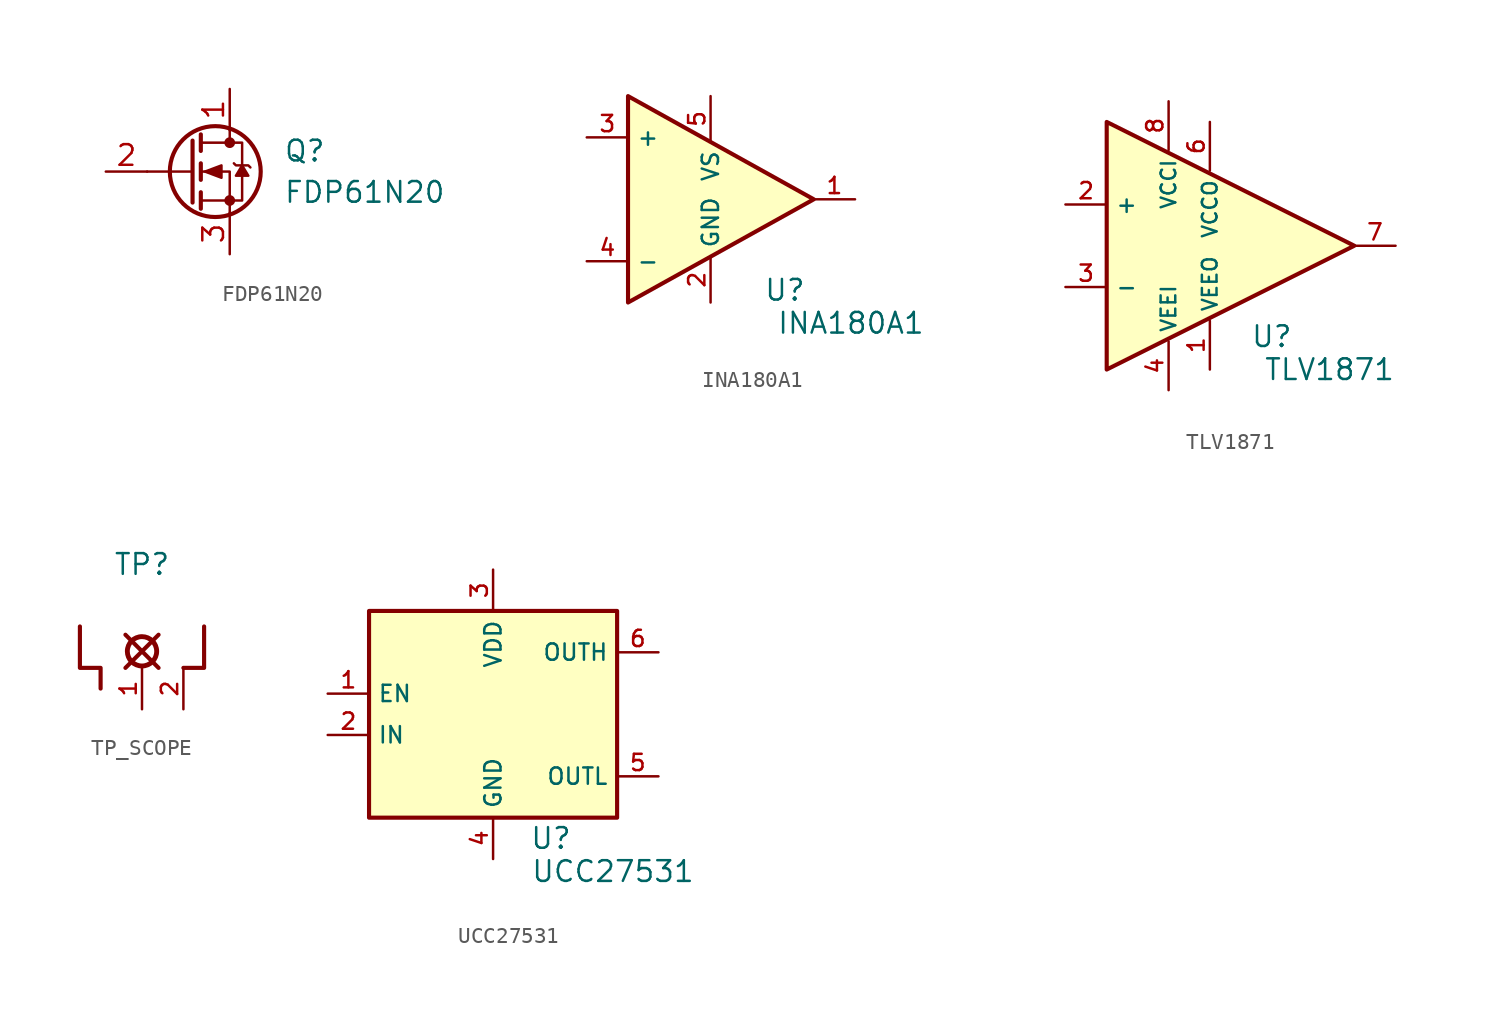
<source format=kicad_sym>
(kicad_symbol_lib
  (version 20231120)
  (generator "kicad_symbol_editor")
  (generator_version "8.0")
  (symbol "FDP61N20"
    (pin_names hide)
    (property "Reference" "Q"
      (at 5.842 1.27 0)
      (effects (font (size 1.27 1.27)) (justify left)))
    (property "Value" "FDP61N20"
      (at 5.842 -1.27 0)
      (effects (font (size 1.27 1.27)) (justify left)))
    (symbol "FDP61N20_0_1"
      (polyline (pts (xy 0.254 0) (xy -2.54 0)) (stroke (width 0) (type default)) (fill (type none)))
      (polyline (pts (xy 0.254 1.905) (xy 0.254 -1.905)) (stroke (width 0.254) (type default)) (fill (type none)))
      (polyline (pts (xy 0.762 -1.27) (xy 0.762 -2.286)) (stroke (width 0.254) (type default)) (fill (type none)))
      (polyline (pts (xy 0.762 0.508) (xy 0.762 -0.508)) (stroke (width 0.254) (type default)) (fill (type none)))
      (polyline (pts (xy 0.762 2.286) (xy 0.762 1.27)) (stroke (width 0.254) (type default)) (fill (type none)))
      (polyline (pts (xy 2.54 2.54) (xy 2.54 1.778)) (stroke (width 0) (type default)) (fill (type none)))
      (polyline (pts (xy 2.54 -2.54) (xy 2.54 0) (xy 0.762 0)) (stroke (width 0) (type default)) (fill (type none)))
      (polyline (pts (xy 0.762 -1.778) (xy 3.302 -1.778) (xy 3.302 1.778) (xy 0.762 1.778)) (stroke (width 0) (type default)) (fill (type none)))
      (polyline (pts (xy 1.016 0) (xy 2.032 0.381) (xy 2.032 -0.381) (xy 1.016 0)) (stroke (width 0) (type default)) (fill (type outline)))
      (polyline (pts (xy 2.794 0.508) (xy 2.921 0.381) (xy 3.683 0.381) (xy 3.81 0.254)) (stroke (width 0) (type default)) (fill (type none)))
      (circle (center 1.651 0) (radius 2.794) (stroke (width 0.254) (type default)) (fill (type none)))
      (circle (center 2.54 -1.778) (radius 0.254) (stroke (width 0) (type default)) (fill (type outline)))
      (circle (center 2.54 1.778) (radius 0.254) (stroke (width 0) (type default)) (fill (type outline))))
    (symbol "FDP61N20_1_1"
      (polyline (pts (xy 3.302 0.381) (xy 2.921 -0.254) (xy 3.683 -0.254) (xy 3.302 0.381)) (stroke (width 0) (type default)) (fill (type outline)))
      (pin passive line (at 2.54 5.08 270) (length 2.54) (name "D" (effects (font (size 1.27 1.27)))) (number "1" (effects (font (size 1.27 1.27)))))
      (pin input line (at -5.08 0 0) (length 2.54) (name "G" (effects (font (size 1.27 1.27)))) (number "2" (effects (font (size 1.27 1.27)))))
      (pin passive line (at 2.54 -5.08 90) (length 2.54) (name "S" (effects (font (size 1.27 1.27)))) (number "3" (effects (font (size 1.27 1.27)))))))
  (symbol "INA180A1"
    (property "Reference" "U"
      (at 4.572 -5.588 0)
      (effects (font (size 1.27 1.27))))
    (property "Value" "INA180A1"
      (at 8.636 -7.62 0)
      (effects (font (size 1.27 1.27))))
    (symbol "INA180A1_1_0"
      (pin power_in line (at 0 6.35 270) (length 2.8) (name "VS" (effects (font (size 1 1)))) (number "5" (effects (font (size 1 1))))))
    (symbol "INA180A1_1_1"
      (polyline (pts (xy -5.08 6.35) (xy -5.08 -6.35) (xy 6.35 0) (xy -5.08 6.35)) (stroke (width 0.254) (type default)) (fill (type background)))
      (pin output line (at 8.89 0 180) (length 2.54) (name "" (effects (font (size 1 1)))) (number "1" (effects (font (size 1 1)))))
      (pin power_in line (at 0 -6.35 90) (length 2.8) (name "GND" (effects (font (size 1 1)))) (number "2" (effects (font (size 1 1)))))
      (pin input line (at -7.62 3.81 0) (length 2.54) (name "+" (effects (font (size 1 1)))) (number "3" (effects (font (size 1 1)))))
      (pin input line (at -7.62 -3.81 0) (length 2.54) (name "-" (effects (font (size 1 1)))) (number "4" (effects (font (size 1 1)))))))
  (symbol "TLV1871"
    (property "Reference" "U"
      (at 3.81 -5.588 0)
      (effects (font (size 1.27 1.27))))
    (property "Value" "TLV1871"
      (at 7.366 -7.62 0)
      (effects (font (size 1.27 1.27))))
    (symbol "TLV1871_1_1"
      (polyline (pts (xy -6.35 7.62) (xy -6.35 -7.62) (xy 8.89 0) (xy -6.35 7.62)) (stroke (width 0.254) (type default)) (fill (type background)))
      (pin power_in line (at 0 -7.62 90) (length 3) (name "VEEO" (effects (font (size 0.9 0.9)))) (number "1" (effects (font (size 1 1)))))
      (pin input line (at -8.89 2.54 0) (length 2.54) (name "+" (effects (font (size 1 1)))) (number "2" (effects (font (size 1 1)))))
      (pin input line (at -8.89 -2.54 0) (length 2.54) (name "-" (effects (font (size 1 1)))) (number "3" (effects (font (size 1 1)))))
      (pin power_in line (at -2.54 -8.89 90) (length 3) (name "VEEI" (effects (font (size 0.9 0.9)))) (number "4" (effects (font (size 1 1)))))
      (pin power_in line (at 0 7.62 270) (length 3) (name "VCCO" (effects (font (size 0.9 0.9)))) (number "6" (effects (font (size 1 1)))))
      (pin output line (at 11.43 0 180) (length 2.54) (name "" (effects (font (size 1 1)))) (number "7" (effects (font (size 1 1)))))
      (pin power_in line (at -2.54 8.89 270) (length 3) (name "VCCI" (effects (font (size 0.9 0.9)))) (number "8" (effects (font (size 1 1)))))))
  (symbol "TP_SCOPE"
    (property "Reference" "TP"
      (at 0 8.89 0)
      (effects (font (size 1.27 1.27))))
    (property "Value" ""
      (at 0 7.366 0)
      (effects (font (size 1.27 1.27))))
    (symbol "TP_SCOPE_0_1"
      (polyline (pts (xy 2.54 2.54) (xy 3.81 2.54) (xy 3.81 5.08)) (stroke (width 0.254) (type default)) (fill (type none)))
      (polyline (pts (xy -2.54 1.27) (xy -2.54 2.54) (xy -3.81 2.54) (xy -3.81 5.08)) (stroke (width 0.254) (type default)) (fill (type none))))
    (symbol "TP_SCOPE_1_1"
      (polyline (pts (xy -1.016 2.54) (xy 1.016 4.572)) (stroke (width 0.254) (type default)) (fill (type none)))
      (polyline (pts (xy -1.016 4.572) (xy 1.016 2.54)) (stroke (width 0.254) (type default)) (fill (type none)))
      (circle (center 0 3.556) (radius 0.9) (stroke (width 0.3) (type default)) (fill (type none)))
      (pin passive line (at 0 0 90) (length 2.54) (name "" (effects (font (size 1 1)))) (number "1" (effects (font (size 1 1)))))
      (pin passive line (at 2.54 0 90) (length 2.54) (name "" (effects (font (size 1 1)))) (number "2" (effects (font (size 1 1)))))))
  (symbol "UCC27531"
    (property "Reference" "U"
      (at 3.556 -7.62 0)
      (effects (font (size 1.27 1.27))))
    (property "Value" "UCC27531"
      (at 7.366 -9.652 0)
      (effects (font (size 1.27 1.27))))
    (symbol "UCC27531_1_1"
      (rectangle (start -7.62 6.35) (end 7.62 -6.35) (stroke (width 0.254) (type default)) (fill (type background)))
      (pin input line (at -10.16 1.27 0) (length 2.54) (name "EN" (effects (font (size 1 1)))) (number "1" (effects (font (size 1 1)))))
      (pin input line (at -10.16 -1.27 0) (length 2.54) (name "IN" (effects (font (size 1 1)))) (number "2" (effects (font (size 1 1)))))
      (pin power_in line (at 0 8.89 270) (length 2.54) (name "VDD" (effects (font (size 1 1)))) (number "3" (effects (font (size 1 1)))))
      (pin power_in line (at 0 -8.89 90) (length 2.54) (name "GND" (effects (font (size 1 1)))) (number "4" (effects (font (size 1 1)))))
      (pin power_out line (at 10.16 -3.81 180) (length 2.54) (name "OUTL" (effects (font (size 1 1)))) (number "5" (effects (font (size 1 1)))))
      (pin power_out line (at 10.16 3.81 180) (length 2.54) (name "OUTH" (effects (font (size 1 1)))) (number "6" (effects (font (size 1 1))))))))
</source>
